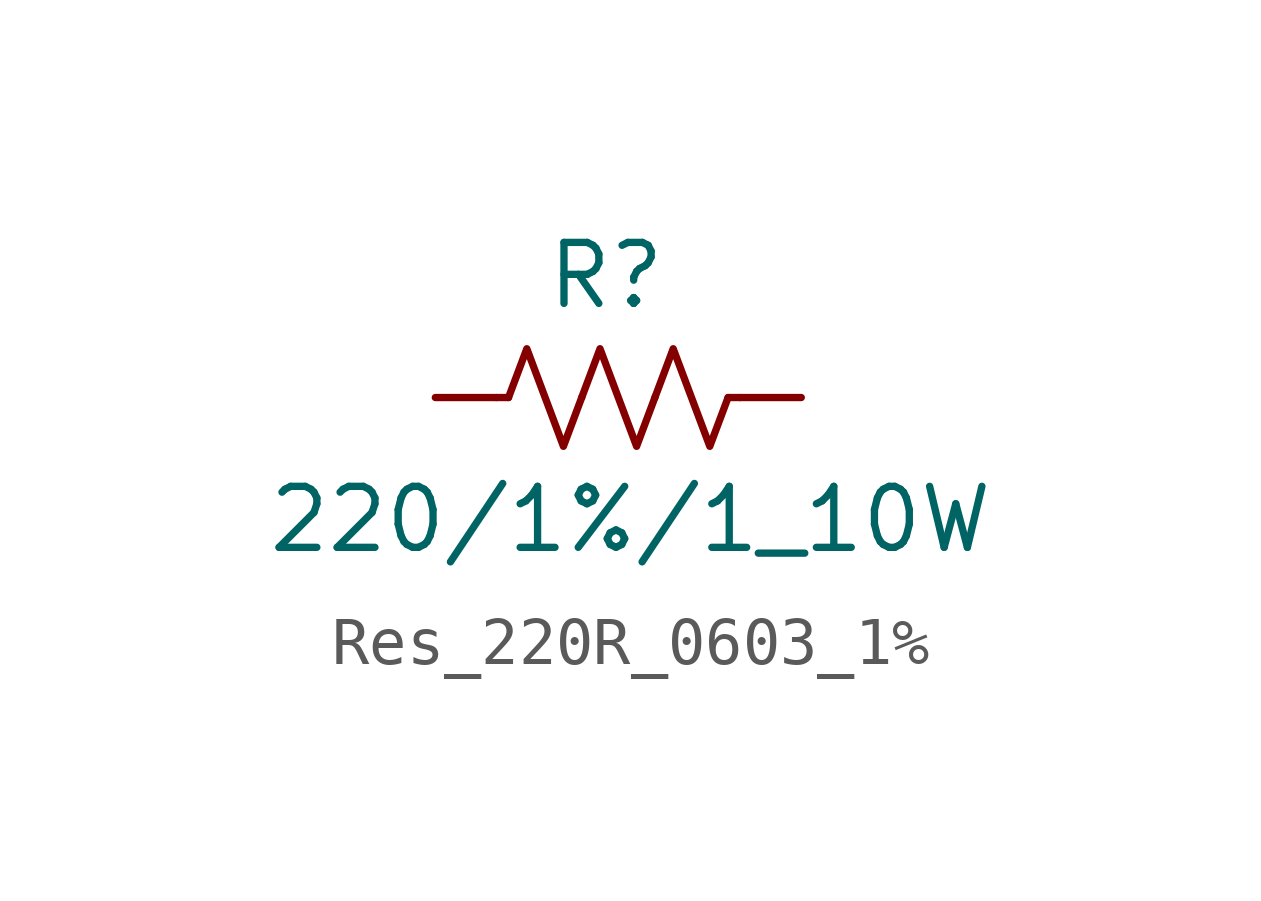
<source format=kicad_sym>
(kicad_symbol_lib
  (version 20231120)
  (generator "kicad_symbol_editor")
  (generator_version "8.0")
  (symbol "Res_220R_0603_1%"
    (pin_numbers hide)
    (pin_names hide)
    (property "Reference" "R"
      (at 3.556 2.54 0)
      (effects (font (size 1.27 1.27))))
    (property "Value" "220/1%/1_10W"
      (at 4.064 -2.54 0)
      (effects (font (size 1.27 1.27))))
    (symbol "Res_220R_0603_1%_0_1"
      (polyline (pts (xy 1.524 0) (xy 1.27 0)) (stroke (width 0) (type default)) (fill (type none)))
      (polyline (pts (xy 6.096 0) (xy 6.35 0)) (stroke (width 0) (type default)) (fill (type none)))
      (polyline (pts (xy 1.524 0) (xy 1.905 1.016) (xy 2.286 0) (xy 2.667 -1.016) (xy 3.048 0)) (stroke (width 0) (type default)) (fill (type none)))
      (polyline (pts (xy 3.048 0) (xy 3.429 1.016) (xy 3.81 0) (xy 4.191 -1.016) (xy 4.572 0)) (stroke (width 0) (type default)) (fill (type none)))
      (polyline (pts (xy 4.572 0) (xy 4.953 1.016) (xy 5.334 0) (xy 5.715 -1.016) (xy 6.096 0)) (stroke (width 0) (type default)) (fill (type none))))
    (symbol "Res_220R_0603_1%_1_1"
      (pin passive line (at 0 0 0) (length 1.27) (name "~" (effects (font (size 1.27 1.27)))) (number "1" (effects (font (size 1.27 1.27)))))
      (pin passive line (at 7.62 0 180) (length 1.27) (name "~" (effects (font (size 1.27 1.27)))) (number "2" (effects (font (size 1.27 1.27))))))))
</source>
